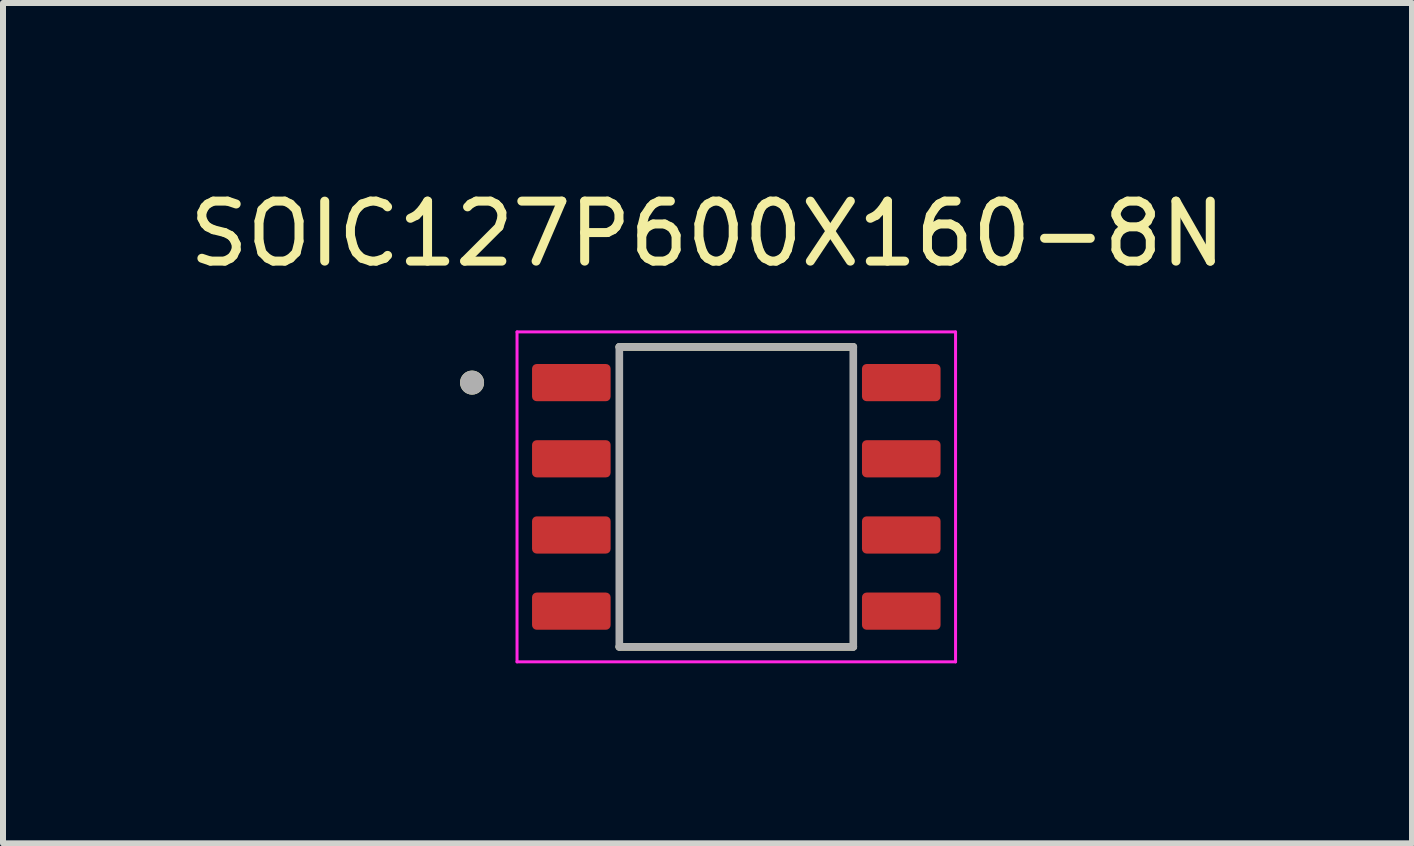
<source format=kicad_pcb>
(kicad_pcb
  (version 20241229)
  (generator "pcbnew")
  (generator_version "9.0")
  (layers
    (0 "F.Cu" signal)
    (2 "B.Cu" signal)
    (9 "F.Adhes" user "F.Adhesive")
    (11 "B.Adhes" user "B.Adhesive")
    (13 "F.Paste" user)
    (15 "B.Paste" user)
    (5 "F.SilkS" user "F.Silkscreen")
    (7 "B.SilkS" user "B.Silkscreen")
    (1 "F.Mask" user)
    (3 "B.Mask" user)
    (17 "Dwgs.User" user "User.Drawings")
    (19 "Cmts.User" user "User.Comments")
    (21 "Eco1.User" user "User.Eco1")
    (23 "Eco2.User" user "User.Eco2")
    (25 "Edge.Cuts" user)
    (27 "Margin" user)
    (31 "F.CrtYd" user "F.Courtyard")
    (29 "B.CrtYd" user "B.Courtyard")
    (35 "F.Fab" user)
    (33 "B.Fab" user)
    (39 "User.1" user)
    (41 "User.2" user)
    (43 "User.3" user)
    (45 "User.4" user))
  (footprint "SOIC127P600X160-8N"
    (layer "F.Cu")
    (at 9.224 5.233)
    (property "Reference" "SOIC127P600X160-8N" (at -0.48 -4.385 0) (layer "F.SilkS") (effects (font (size 1 1) (thickness 0.15))))
    (attr smd)
    (fp_line (start -1.95 2.5) (end 1.95 2.5) (stroke (width 0.127) (type solid)) (layer "F.SilkS"))
    (fp_line (start 1.95 -2.5) (end -1.95 -2.5) (stroke (width 0.127) (type solid)) (layer "F.SilkS"))
    (fp_circle (center -4.405 -1.905) (end -4.305 -1.905) (stroke (width 0.2) (type solid)) (fill no) (layer "F.SilkS"))
    (fp_line (start -3.655 -2.75) (end -3.655 2.75) (stroke (width 0.05) (type solid)) (layer "F.CrtYd"))
    (fp_line (start -3.655 2.75) (end 3.655 2.75) (stroke (width 0.05) (type solid)) (layer "F.CrtYd"))
    (fp_line (start 3.655 -2.75) (end -3.655 -2.75) (stroke (width 0.05) (type solid)) (layer "F.CrtYd"))
    (fp_line (start 3.655 2.75) (end 3.655 -2.75) (stroke (width 0.05) (type solid)) (layer "F.CrtYd"))
    (fp_line (start -1.95 -2.5) (end -1.95 2.5) (stroke (width 0.127) (type solid)) (layer "F.Fab"))
    (fp_line (start -1.95 2.5) (end 1.95 2.5) (stroke (width 0.127) (type solid)) (layer "F.Fab"))
    (fp_line (start 1.95 -2.5) (end -1.95 -2.5) (stroke (width 0.127) (type solid)) (layer "F.Fab"))
    (fp_line (start 1.95 2.5) (end 1.95 -2.5) (stroke (width 0.127) (type solid)) (layer "F.Fab"))
    (fp_circle (center -4.405 -1.905) (end -4.305 -1.905) (stroke (width 0.2) (type solid)) (fill no) (layer "F.Fab"))
    (pad "1" smd roundrect (at -2.75 -1.905) (size 1.31 0.62) (layers "F.Cu" "F.Mask" "F.Paste") (roundrect_rratio 0.125))
    (pad "2" smd roundrect (at -2.75 -0.635) (size 1.31 0.62) (layers "F.Cu" "F.Mask" "F.Paste") (roundrect_rratio 0.125))
    (pad "3" smd roundrect (at -2.75 0.635) (size 1.31 0.62) (layers "F.Cu" "F.Mask" "F.Paste") (roundrect_rratio 0.125))
    (pad "4" smd roundrect (at -2.75 1.905) (size 1.31 0.62) (layers "F.Cu" "F.Mask" "F.Paste") (roundrect_rratio 0.125))
    (pad "5" smd roundrect (at 2.75 1.905) (size 1.31 0.62) (layers "F.Cu" "F.Mask" "F.Paste") (roundrect_rratio 0.125))
    (pad "6" smd roundrect (at 2.75 0.635) (size 1.31 0.62) (layers "F.Cu" "F.Mask" "F.Paste") (roundrect_rratio 0.125))
    (pad "7" smd roundrect (at 2.75 -0.635) (size 1.31 0.62) (layers "F.Cu" "F.Mask" "F.Paste") (roundrect_rratio 0.125))
    (pad "8" smd roundrect (at 2.75 -1.905) (size 1.31 0.62) (layers "F.Cu" "F.Mask" "F.Paste") (roundrect_rratio 0.125)))
  (gr_rect
    (start -3 -3)
    (end 20.488 11.008)
    (stroke (width 0.1) (type default))
    (fill no)
    (layer "Edge.Cuts")))
</source>
